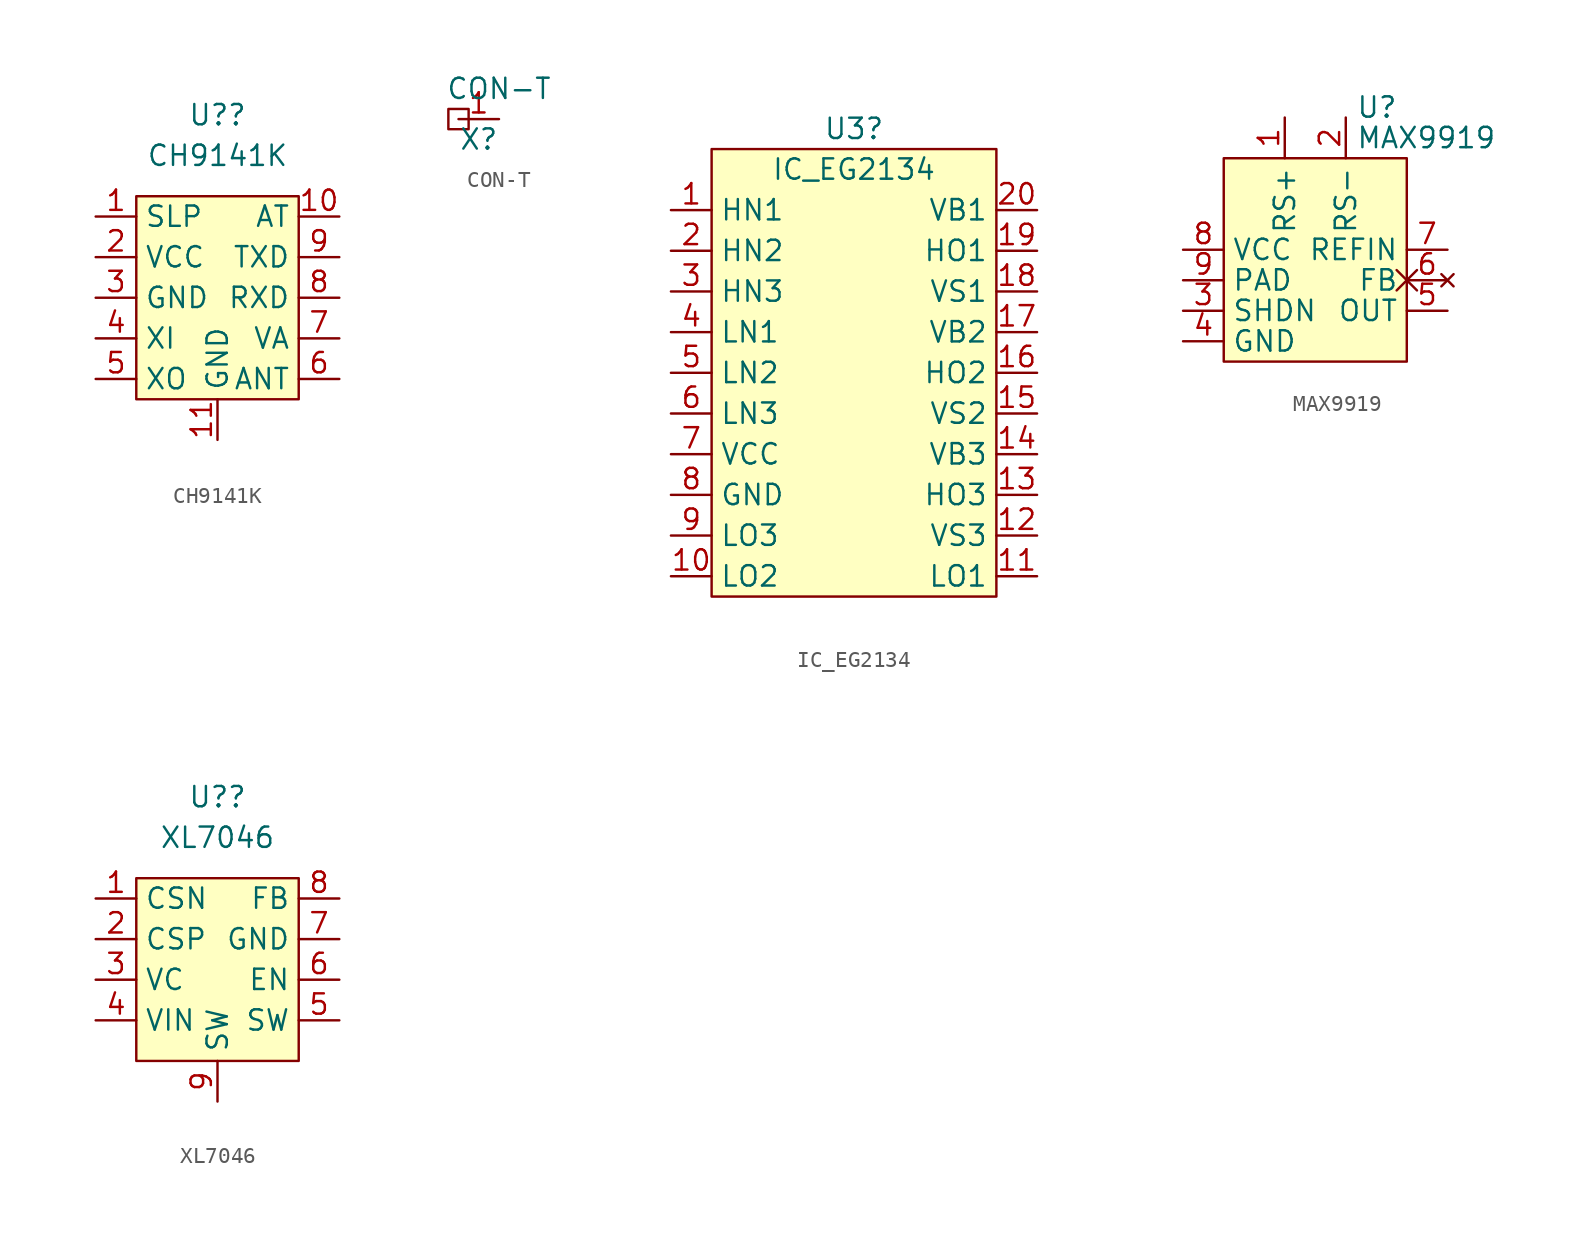
<source format=kicad_sym>
(kicad_symbol_lib
  (version 20211014)
  (generator kicad_symbol_editor)
  (symbol "CH9141K"
    (property "Reference" "U?"
      (at 0 10.16 0)
      (effects (font (size 1.27 1.27))))
    (property "Value" "CH9141K"
      (at 0 7.62 0)
      (effects (font (size 1.27 1.27))))
    (symbol "CH9141K_0_1"
      (rectangle (start -5.08 5.08) (end 5.08 -7.62) (stroke (width 0) (type default) (color 0 0 0 0)) (fill (type background))))
    (symbol "CH9141K_1_1"
      (pin input line (at -7.62 3.81 0) (length 2.54) (name "SLP" (effects (font (size 1.27 1.27)))) (number "1" (effects (font (size 1.27 1.27)))))
      (pin input line (at 7.62 3.81 180) (length 2.54) (name "AT" (effects (font (size 1.27 1.27)))) (number "10" (effects (font (size 1.27 1.27)))))
      (pin power_in line (at 0 -10.16 90) (length 2.54) (name "GND" (effects (font (size 1.27 1.27)))) (number "11" (effects (font (size 1.27 1.27)))))
      (pin power_in line (at -7.62 1.27 0) (length 2.54) (name "VCC" (effects (font (size 1.27 1.27)))) (number "2" (effects (font (size 1.27 1.27)))))
      (pin power_in line (at -7.62 -1.27 0) (length 2.54) (name "GND" (effects (font (size 1.27 1.27)))) (number "3" (effects (font (size 1.27 1.27)))))
      (pin input line (at -7.62 -3.81 0) (length 2.54) (name "XI" (effects (font (size 1.27 1.27)))) (number "4" (effects (font (size 1.27 1.27)))))
      (pin input line (at -7.62 -6.35 0) (length 2.54) (name "XO" (effects (font (size 1.27 1.27)))) (number "5" (effects (font (size 1.27 1.27)))))
      (pin output line (at 7.62 -6.35 180) (length 2.54) (name "ANT" (effects (font (size 1.27 1.27)))) (number "6" (effects (font (size 1.27 1.27)))))
      (pin input line (at 7.62 -3.81 180) (length 2.54) (name "VA" (effects (font (size 1.27 1.27)))) (number "7" (effects (font (size 1.27 1.27)))))
      (pin input line (at 7.62 -1.27 180) (length 2.54) (name "RXD" (effects (font (size 1.27 1.27)))) (number "8" (effects (font (size 1.27 1.27)))))
      (pin output line (at 7.62 1.27 180) (length 2.54) (name "TXD" (effects (font (size 1.27 1.27)))) (number "9" (effects (font (size 1.27 1.27)))))))
  (symbol "CON-T"
    (property "Reference" "X"
      (at -1.27 -1.27 0)
      (effects (font (size 1.27 1.27))))
    (property "Value" "CON-T"
      (at 0 1.905 0)
      (effects (font (size 1.27 1.27))))
    (symbol "CON-T_0_1"
      (rectangle (start -3.175 0.635) (end -1.905 -0.635) (stroke (width 0) (type default) (color 0 0 0 0)) (fill (type none))))
    (symbol "CON-T_1_1"
      (pin bidirectional line (at 0 0 180) (length 2.54) (name "" (effects (font (size 1.27 1.27)))) (number "1" (effects (font (size 1.27 1.27)))))))
  (symbol "IC_EG2134"
    (property "Reference" "U3"
      (at 1.27 15.24 0)
      (effects (font (size 1.27 1.27))))
    (property "Value" "IC_EG2134"
      (at 1.27 12.7 0)
      (effects (font (size 1.27 1.27))))
    (symbol "IC_EG2134_0_1"
      (rectangle (start -7.62 13.97) (end 10.16 -13.97) (stroke (width 0) (type default) (color 0 0 0 0)) (fill (type background))))
    (symbol "IC_EG2134_1_1"
      (pin input line (at -10.16 10.16 0) (length 2.54) (name "HN1" (effects (font (size 1.27 1.27)))) (number "1" (effects (font (size 1.27 1.27)))))
      (pin output line (at -10.16 -12.7 0) (length 2.54) (name "LO2" (effects (font (size 1.27 1.27)))) (number "10" (effects (font (size 1.27 1.27)))))
      (pin output line (at 12.7 -12.7 180) (length 2.54) (name "LO1" (effects (font (size 1.27 1.27)))) (number "11" (effects (font (size 1.27 1.27)))))
      (pin input line (at 12.7 -10.16 180) (length 2.54) (name "VS3" (effects (font (size 1.27 1.27)))) (number "12" (effects (font (size 1.27 1.27)))))
      (pin output line (at 12.7 -7.62 180) (length 2.54) (name "HO3" (effects (font (size 1.27 1.27)))) (number "13" (effects (font (size 1.27 1.27)))))
      (pin passive line (at 12.7 -5.08 180) (length 2.54) (name "VB3" (effects (font (size 1.27 1.27)))) (number "14" (effects (font (size 1.27 1.27)))))
      (pin input line (at 12.7 -2.54 180) (length 2.54) (name "VS2" (effects (font (size 1.27 1.27)))) (number "15" (effects (font (size 1.27 1.27)))))
      (pin output line (at 12.7 0 180) (length 2.54) (name "HO2" (effects (font (size 1.27 1.27)))) (number "16" (effects (font (size 1.27 1.27)))))
      (pin passive line (at 12.7 2.54 180) (length 2.54) (name "VB2" (effects (font (size 1.27 1.27)))) (number "17" (effects (font (size 1.27 1.27)))))
      (pin input line (at 12.7 5.08 180) (length 2.54) (name "VS1" (effects (font (size 1.27 1.27)))) (number "18" (effects (font (size 1.27 1.27)))))
      (pin output line (at 12.7 7.62 180) (length 2.54) (name "HO1" (effects (font (size 1.27 1.27)))) (number "19" (effects (font (size 1.27 1.27)))))
      (pin input line (at -10.16 7.62 0) (length 2.54) (name "HN2" (effects (font (size 1.27 1.27)))) (number "2" (effects (font (size 1.27 1.27)))))
      (pin passive line (at 12.7 10.16 180) (length 2.54) (name "VB1" (effects (font (size 1.27 1.27)))) (number "20" (effects (font (size 1.27 1.27)))))
      (pin input line (at -10.16 5.08 0) (length 2.54) (name "HN3" (effects (font (size 1.27 1.27)))) (number "3" (effects (font (size 1.27 1.27)))))
      (pin input line (at -10.16 2.54 0) (length 2.54) (name "LN1" (effects (font (size 1.27 1.27)))) (number "4" (effects (font (size 1.27 1.27)))))
      (pin input line (at -10.16 0 0) (length 2.54) (name "LN2" (effects (font (size 1.27 1.27)))) (number "5" (effects (font (size 1.27 1.27)))))
      (pin input line (at -10.16 -2.54 0) (length 2.54) (name "LN3" (effects (font (size 1.27 1.27)))) (number "6" (effects (font (size 1.27 1.27)))))
      (pin passive line (at -10.16 -5.08 0) (length 2.54) (name "VCC" (effects (font (size 1.27 1.27)))) (number "7" (effects (font (size 1.27 1.27)))))
      (pin power_in line (at -10.16 -7.62 0) (length 2.54) (name "GND" (effects (font (size 1.27 1.27)))) (number "8" (effects (font (size 1.27 1.27)))))
      (pin output line (at -10.16 -10.16 0) (length 2.54) (name "LO3" (effects (font (size 1.27 1.27)))) (number "9" (effects (font (size 1.27 1.27)))))))
  (symbol "MAX9919"
    (property "Reference" "U"
      (at 2.54 4.445 0)
      (effects (font (size 1.27 1.27)) (justify left)))
    (property "Value" "MAX9919"
      (at 2.54 2.54 0)
      (effects (font (size 1.27 1.27)) (justify left)))
    (symbol "MAX9919_0_1"
      (rectangle (start -5.715 1.27) (end 5.715 -11.43) (stroke (width 0) (type default) (color 0 0 0 0)) (fill (type background))))
    (symbol "MAX9919_1_1"
      (pin power_out line (at -1.905 3.81 270) (length 2.54) (name "RS+" (effects (font (size 1.27 1.27)))) (number "1" (effects (font (size 1.27 1.27)))))
      (pin power_out line (at 1.905 3.81 270) (length 2.54) (name "RS-" (effects (font (size 1.27 1.27)))) (number "2" (effects (font (size 1.27 1.27)))))
      (pin input line (at -8.255 -8.255 0) (length 2.54) (name "SHDN" (effects (font (size 1.27 1.27)))) (number "3" (effects (font (size 1.27 1.27)))))
      (pin power_in line (at -8.255 -10.16 0) (length 2.54) (name "GND" (effects (font (size 1.27 1.27)))) (number "4" (effects (font (size 1.27 1.27)))))
      (pin output line (at 8.255 -8.255 180) (length 2.54) (name "OUT" (effects (font (size 1.27 1.27)))) (number "5" (effects (font (size 1.27 1.27)))))
      (pin no_connect non_logic (at 8.255 -6.35 180) (length 2.54) (name "FB" (effects (font (size 1.27 1.27)))) (number "6" (effects (font (size 1.27 1.27)))))
      (pin power_in line (at 8.255 -4.445 180) (length 2.54) (name "REFIN" (effects (font (size 1.27 1.27)))) (number "7" (effects (font (size 1.27 1.27)))))
      (pin power_in line (at -8.255 -4.445 0) (length 2.54) (name "VCC" (effects (font (size 1.27 1.27)))) (number "8" (effects (font (size 1.27 1.27)))))
      (pin power_in line (at -8.255 -6.35 0) (length 2.54) (name "PAD" (effects (font (size 1.27 1.27)))) (number "9" (effects (font (size 1.27 1.27)))))))
  (symbol "XL7046"
    (property "Reference" "U?"
      (at 0 10.16 0)
      (effects (font (size 1.27 1.27))))
    (property "Value" "XL7046"
      (at 0 7.62 0)
      (effects (font (size 1.27 1.27))))
    (symbol "XL7046_0_1"
      (rectangle (start -5.08 5.08) (end 5.08 -6.35) (stroke (width 0) (type default) (color 0 0 0 0)) (fill (type background))))
    (symbol "XL7046_1_1"
      (pin input line (at -7.62 3.81 0) (length 2.54) (name "CSN" (effects (font (size 1.27 1.27)))) (number "1" (effects (font (size 1.27 1.27)))))
      (pin input line (at -7.62 1.27 0) (length 2.54) (name "CSP" (effects (font (size 1.27 1.27)))) (number "2" (effects (font (size 1.27 1.27)))))
      (pin input line (at -7.62 -1.27 0) (length 2.54) (name "VC" (effects (font (size 1.27 1.27)))) (number "3" (effects (font (size 1.27 1.27)))))
      (pin power_in line (at -7.62 -3.81 0) (length 2.54) (name "VIN" (effects (font (size 1.27 1.27)))) (number "4" (effects (font (size 1.27 1.27)))))
      (pin output line (at 7.62 -3.81 180) (length 2.54) (name "SW" (effects (font (size 1.27 1.27)))) (number "5" (effects (font (size 1.27 1.27)))))
      (pin input line (at 7.62 -1.27 180) (length 2.54) (name "EN" (effects (font (size 1.27 1.27)))) (number "6" (effects (font (size 1.27 1.27)))))
      (pin power_in line (at 7.62 1.27 180) (length 2.54) (name "GND" (effects (font (size 1.27 1.27)))) (number "7" (effects (font (size 1.27 1.27)))))
      (pin input line (at 7.62 3.81 180) (length 2.54) (name "FB" (effects (font (size 1.27 1.27)))) (number "8" (effects (font (size 1.27 1.27)))))
      (pin output line (at 0 -8.89 90) (length 2.54) (name "SW" (effects (font (size 1.27 1.27)))) (number "9" (effects (font (size 1.27 1.27))))))))
</source>
